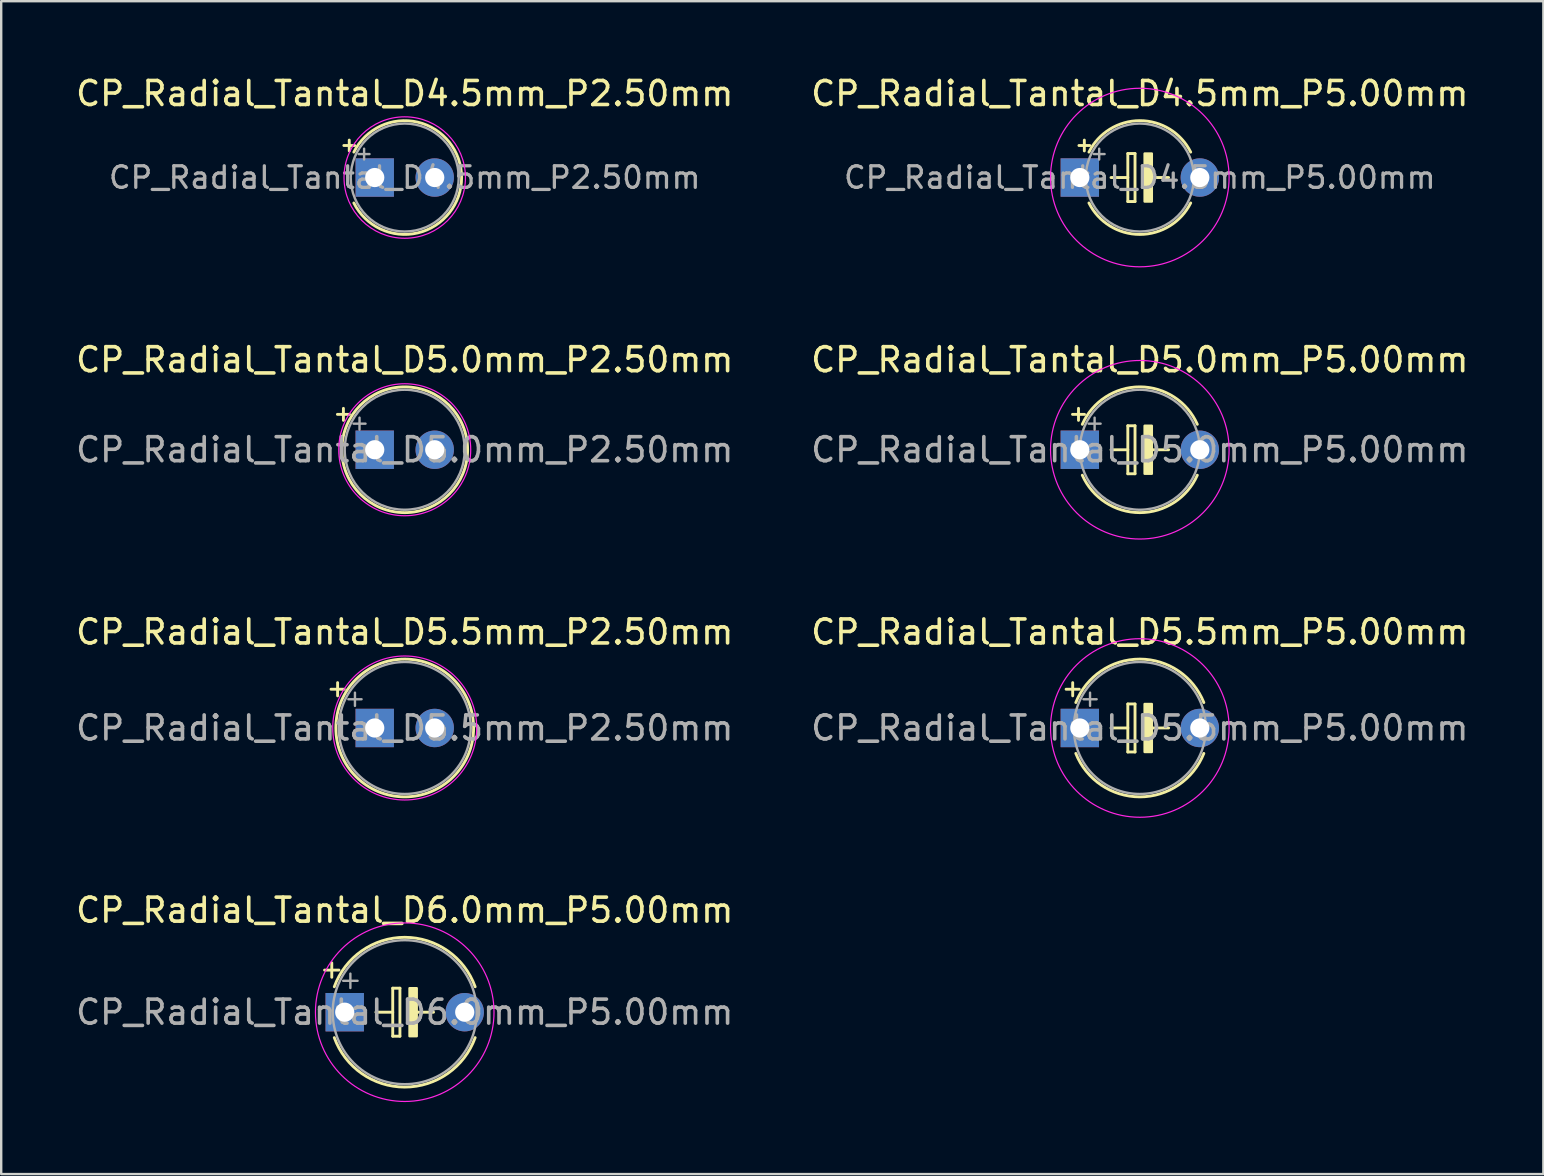
<source format=kicad_pcb>
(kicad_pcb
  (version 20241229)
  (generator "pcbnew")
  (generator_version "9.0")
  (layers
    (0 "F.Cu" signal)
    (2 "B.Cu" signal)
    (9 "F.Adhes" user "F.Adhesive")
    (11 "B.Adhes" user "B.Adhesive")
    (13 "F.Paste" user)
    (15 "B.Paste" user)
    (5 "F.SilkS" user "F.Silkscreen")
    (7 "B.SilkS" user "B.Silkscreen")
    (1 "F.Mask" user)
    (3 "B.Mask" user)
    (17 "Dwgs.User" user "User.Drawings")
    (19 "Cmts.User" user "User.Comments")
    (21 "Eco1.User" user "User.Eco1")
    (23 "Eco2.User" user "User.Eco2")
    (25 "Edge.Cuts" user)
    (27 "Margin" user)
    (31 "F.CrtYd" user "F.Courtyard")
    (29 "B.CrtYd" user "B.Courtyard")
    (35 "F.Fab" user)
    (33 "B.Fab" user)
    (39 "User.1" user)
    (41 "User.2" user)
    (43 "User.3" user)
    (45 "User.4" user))
  (footprint "CP_Radial_Tantal_D4.5mm_P5.00mm"
    (layer "F.Cu")
    (at 41.946 4.348)
    (property "Reference" "CP_Radial_Tantal_D4.5mm_P5.00mm" (at 2.5 -3.5 0) (layer "F.SilkS") (effects (font (size 1 1) (thickness 0.15))))
    (attr through_hole)
    (fp_line (start -0.037 -1.335) (end 0.413 -1.335) (stroke (width 0.12) (type solid)) (layer "F.SilkS"))
    (fp_line (start 0.188 -1.56) (end 0.188 -1.11) (stroke (width 0.12) (type solid)) (layer "F.SilkS"))
    (fp_line (start 1.3 0) (end 2 0) (stroke (width 0.12) (type solid)) (layer "F.SilkS"))
    (fp_line (start 2 -1) (end 2.3 -1) (stroke (width 0.12) (type solid)) (layer "F.SilkS"))
    (fp_line (start 2 1) (end 2 -1) (stroke (width 0.12) (type solid)) (layer "F.SilkS"))
    (fp_line (start 2.3 -1) (end 2.3 1) (stroke (width 0.12) (type solid)) (layer "F.SilkS"))
    (fp_line (start 2.3 1) (end 2 1) (stroke (width 0.12) (type solid)) (layer "F.SilkS"))
    (fp_line (start 3.7 0) (end 3 0) (stroke (width 0.12) (type solid)) (layer "F.SilkS"))
    (fp_arc (start 0.380259 -1.06) (mid 2.5 -2.37) (end 4.619741 -1.06) (stroke (width 0.12) (type solid)) (layer "F.SilkS"))
    (fp_arc (start 4.619741 1.06) (mid 2.5 2.37) (end 0.380259 1.06) (stroke (width 0.12) (type solid)) (layer "F.SilkS"))
    (fp_poly (pts (xy 3 1) (xy 2.7 1) (xy 2.7 -1) (xy 3 -1)) (stroke (width 0.1) (type solid)) (fill yes) (layer "F.SilkS"))
    (fp_circle (center 2.5 0) (end 6.22 0) (stroke (width 0.05) (type solid)) (fill no) (layer "F.CrtYd"))
    (fp_line (start 0.582 -0.978) (end 1.032 -0.978) (stroke (width 0.1) (type solid)) (layer "F.Fab"))
    (fp_line (start 0.807 -1.202) (end 0.807 -0.752) (stroke (width 0.1) (type solid)) (layer "F.Fab"))
    (fp_circle (center 2.5 0) (end 4.75 0) (stroke (width 0.1) (type solid)) (fill no) (layer "F.Fab"))
    (fp_text user "${REFERENCE}" (at 2.5 0 0) (layer "F.Fab") (effects (font (size 0.9 0.9) (thickness 0.135))))
    (pad "1" thru_hole rect (at 0 0) (size 1.6 1.6) (drill 0.8) (layers "*.Cu" "*.Mask"))
    (pad "2" thru_hole circle (at 5 0) (size 1.6 1.6) (drill 0.8) (layers "*.Cu" "*.Mask")))
  (footprint "CP_Radial_Tantal_D5.5mm_P2.50mm"
    (layer "F.Cu")
    (at 12.565 27.285)
    (property "Reference" "CP_Radial_Tantal_D5.5mm_P2.50mm" (at 1.25 -4 0) (layer "F.SilkS") (effects (font (size 1 1) (thickness 0.15))))
    (attr through_hole)
    (fp_line (start -1.822 -1.615) (end -1.272 -1.615) (stroke (width 0.12) (type solid)) (layer "F.SilkS"))
    (fp_line (start -1.547 -1.89) (end -1.547 -1.34) (stroke (width 0.12) (type solid)) (layer "F.SilkS"))
    (fp_circle (center 1.25 0) (end 4.12 0) (stroke (width 0.12) (type solid)) (fill no) (layer "F.SilkS"))
    (fp_circle (center 1.25 0) (end 4.25 0) (stroke (width 0.05) (type solid)) (fill no) (layer "F.CrtYd"))
    (fp_line (start -1.099 -1.198) (end -0.549 -1.198) (stroke (width 0.1) (type solid)) (layer "F.Fab"))
    (fp_line (start -0.824 -1.472) (end -0.824 -0.922) (stroke (width 0.1) (type solid)) (layer "F.Fab"))
    (fp_circle (center 1.25 0) (end 4 0) (stroke (width 0.1) (type solid)) (fill no) (layer "F.Fab"))
    (fp_text user "${REFERENCE}" (at 1.25 0 0) (layer "F.Fab") (effects (font (size 1 1) (thickness 0.15))))
    (pad "1" thru_hole rect (at 0 0) (size 1.6 1.6) (drill 0.8) (layers "*.Cu" "*.Mask"))
    (pad "2" thru_hole circle (at 2.5 0) (size 1.6 1.6) (drill 0.8) (layers "*.Cu" "*.Mask")))
  (footprint "CP_Radial_Tantal_D5.5mm_P5.00mm"
    (layer "F.Cu")
    (at 41.946 27.285)
    (property "Reference" "CP_Radial_Tantal_D5.5mm_P5.00mm" (at 2.5 -4 0) (layer "F.SilkS") (effects (font (size 1 1) (thickness 0.15))))
    (attr through_hole)
    (fp_line (start -0.572 -1.615) (end -0.022 -1.615) (stroke (width 0.12) (type solid)) (layer "F.SilkS"))
    (fp_line (start -0.297 -1.89) (end -0.297 -1.34) (stroke (width 0.12) (type solid)) (layer "F.SilkS"))
    (fp_line (start 1.3 0) (end 2 0) (stroke (width 0.12) (type solid)) (layer "F.SilkS"))
    (fp_line (start 2 -1) (end 2.3 -1) (stroke (width 0.12) (type solid)) (layer "F.SilkS"))
    (fp_line (start 2 1) (end 2 -1) (stroke (width 0.12) (type solid)) (layer "F.SilkS"))
    (fp_line (start 2.3 -1) (end 2.3 1) (stroke (width 0.12) (type solid)) (layer "F.SilkS"))
    (fp_line (start 2.3 1) (end 2 1) (stroke (width 0.12) (type solid)) (layer "F.SilkS"))
    (fp_line (start 3.7 0) (end 3 0) (stroke (width 0.12) (type solid)) (layer "F.SilkS"))
    (fp_arc (start -0.167077 -1.06) (mid 2.5 -2.87) (end 5.167077 -1.06) (stroke (width 0.12) (type solid)) (layer "F.SilkS"))
    (fp_arc (start 5.167077 1.06) (mid 2.5 2.87) (end -0.167077 1.06) (stroke (width 0.12) (type solid)) (layer "F.SilkS"))
    (fp_poly (pts (xy 3 1) (xy 2.7 1) (xy 2.7 -1) (xy 3 -1)) (stroke (width 0.1) (type solid)) (fill yes) (layer "F.SilkS"))
    (fp_circle (center 2.5 0) (end 6.22 0) (stroke (width 0.05) (type solid)) (fill no) (layer "F.CrtYd"))
    (fp_line (start 0.151 -1.198) (end 0.701 -1.198) (stroke (width 0.1) (type solid)) (layer "F.Fab"))
    (fp_line (start 0.426 -1.472) (end 0.426 -0.922) (stroke (width 0.1) (type solid)) (layer "F.Fab"))
    (fp_circle (center 2.5 0) (end 5.25 0) (stroke (width 0.1) (type solid)) (fill no) (layer "F.Fab"))
    (fp_text user "${REFERENCE}" (at 2.5 0 0) (layer "F.Fab") (effects (font (size 1 1) (thickness 0.15))))
    (pad "1" thru_hole rect (at 0 0) (size 1.6 1.6) (drill 0.8) (layers "*.Cu" "*.Mask"))
    (pad "2" thru_hole circle (at 5 0) (size 1.6 1.6) (drill 0.8) (layers "*.Cu" "*.Mask")))
  (footprint "CP_Radial_Tantal_D5.0mm_P2.50mm"
    (layer "F.Cu")
    (at 12.565 15.691)
    (property "Reference" "CP_Radial_Tantal_D5.0mm_P2.50mm" (at 1.25 -3.75 0) (layer "F.SilkS") (effects (font (size 1 1) (thickness 0.15))))
    (attr through_hole)
    (fp_line (start -1.555 -1.475) (end -1.055 -1.475) (stroke (width 0.12) (type solid)) (layer "F.SilkS"))
    (fp_line (start -1.305 -1.725) (end -1.305 -1.225) (stroke (width 0.12) (type solid)) (layer "F.SilkS"))
    (fp_circle (center 1.25 0) (end 3.87 0) (stroke (width 0.12) (type solid)) (fill no) (layer "F.SilkS"))
    (fp_circle (center 1.25 0) (end 4 0) (stroke (width 0.05) (type solid)) (fill no) (layer "F.CrtYd"))
    (fp_line (start -0.884 -1.087) (end -0.384 -1.087) (stroke (width 0.1) (type solid)) (layer "F.Fab"))
    (fp_line (start -0.634 -1.337) (end -0.634 -0.838) (stroke (width 0.1) (type solid)) (layer "F.Fab"))
    (fp_circle (center 1.25 0) (end 3.75 0) (stroke (width 0.1) (type solid)) (fill no) (layer "F.Fab"))
    (fp_text user "${REFERENCE}" (at 1.25 0 0) (layer "F.Fab") (effects (font (size 1 1) (thickness 0.15))))
    (pad "1" thru_hole rect (at 0 0) (size 1.6 1.6) (drill 0.8) (layers "*.Cu" "*.Mask"))
    (pad "2" thru_hole circle (at 2.5 0) (size 1.6 1.6) (drill 0.8) (layers "*.Cu" "*.Mask")))
  (footprint "CP_Radial_Tantal_D5.0mm_P5.00mm"
    (layer "F.Cu")
    (at 41.946 15.691)
    (property "Reference" "CP_Radial_Tantal_D5.0mm_P5.00mm" (at 2.5 -3.75 0) (layer "F.SilkS") (effects (font (size 1 1) (thickness 0.15))))
    (attr through_hole)
    (fp_line (start -0.305 -1.475) (end 0.195 -1.475) (stroke (width 0.12) (type solid)) (layer "F.SilkS"))
    (fp_line (start -0.055 -1.725) (end -0.055 -1.225) (stroke (width 0.12) (type solid)) (layer "F.SilkS"))
    (fp_line (start 1.3 0) (end 2 0) (stroke (width 0.12) (type solid)) (layer "F.SilkS"))
    (fp_line (start 2 -1) (end 2.3 -1) (stroke (width 0.12) (type solid)) (layer "F.SilkS"))
    (fp_line (start 2 1) (end 2 -1) (stroke (width 0.12) (type solid)) (layer "F.SilkS"))
    (fp_line (start 2.3 -1) (end 2.3 1) (stroke (width 0.12) (type solid)) (layer "F.SilkS"))
    (fp_line (start 2.3 1) (end 2 1) (stroke (width 0.12) (type solid)) (layer "F.SilkS"))
    (fp_line (start 3.7 0) (end 3 0) (stroke (width 0.12) (type solid)) (layer "F.SilkS"))
    (fp_arc (start 0.104003 -1.06) (mid 2.5 -2.62) (end 4.895997 -1.06) (stroke (width 0.12) (type solid)) (layer "F.SilkS"))
    (fp_arc (start 4.895997 1.06) (mid 2.5 2.62) (end 0.104003 1.06) (stroke (width 0.12) (type solid)) (layer "F.SilkS"))
    (fp_poly (pts (xy 3 1) (xy 2.7 1) (xy 2.7 -1) (xy 3 -1)) (stroke (width 0.1) (type solid)) (fill yes) (layer "F.SilkS"))
    (fp_circle (center 2.5 0) (end 6.22 0) (stroke (width 0.05) (type solid)) (fill no) (layer "F.CrtYd"))
    (fp_line (start 0.366 -1.087) (end 0.866 -1.087) (stroke (width 0.1) (type solid)) (layer "F.Fab"))
    (fp_line (start 0.616 -1.337) (end 0.616 -0.838) (stroke (width 0.1) (type solid)) (layer "F.Fab"))
    (fp_circle (center 2.5 0) (end 5 0) (stroke (width 0.1) (type solid)) (fill no) (layer "F.Fab"))
    (fp_text user "${REFERENCE}" (at 2.5 0 0) (layer "F.Fab") (effects (font (size 1 1) (thickness 0.15))))
    (pad "1" thru_hole rect (at 0 0) (size 1.6 1.6) (drill 0.8) (layers "*.Cu" "*.Mask"))
    (pad "2" thru_hole circle (at 5 0) (size 1.6 1.6) (drill 0.8) (layers "*.Cu" "*.Mask")))
  (footprint "CP_Radial_Tantal_D6.0mm_P5.00mm"
    (layer "F.Cu")
    (at 11.315 39.128)
    (property "Reference" "CP_Radial_Tantal_D6.0mm_P5.00mm" (at 2.5 -4.25 0) (layer "F.SilkS") (effects (font (size 1 1) (thickness 0.15))))
    (attr through_hole)
    (fp_line (start -0.84 -1.755) (end -0.24 -1.755) (stroke (width 0.12) (type solid)) (layer "F.SilkS"))
    (fp_line (start -0.54 -2.055) (end -0.54 -1.455) (stroke (width 0.12) (type solid)) (layer "F.SilkS"))
    (fp_line (start 1.3 0) (end 2 0) (stroke (width 0.12) (type solid)) (layer "F.SilkS"))
    (fp_line (start 2 -1) (end 2.3 -1) (stroke (width 0.12) (type solid)) (layer "F.SilkS"))
    (fp_line (start 2 1) (end 2 -1) (stroke (width 0.12) (type solid)) (layer "F.SilkS"))
    (fp_line (start 2.3 -1) (end 2.3 1) (stroke (width 0.12) (type solid)) (layer "F.SilkS"))
    (fp_line (start 2.3 1) (end 2 1) (stroke (width 0.12) (type solid)) (layer "F.SilkS"))
    (fp_line (start 3.7 0) (end 3 0) (stroke (width 0.12) (type solid)) (layer "F.SilkS"))
    (fp_arc (start -0.434416 -1.06) (mid 2.5 -3.12) (end 5.434416 -1.06) (stroke (width 0.12) (type solid)) (layer "F.SilkS"))
    (fp_arc (start 5.434416 1.06) (mid 2.5 3.12) (end -0.434416 1.06) (stroke (width 0.12) (type solid)) (layer "F.SilkS"))
    (fp_poly (pts (xy 3 1) (xy 2.7 1) (xy 2.7 -1) (xy 3 -1)) (stroke (width 0.1) (type solid)) (fill yes) (layer "F.SilkS"))
    (fp_circle (center 2.5 0) (end 6.22 0) (stroke (width 0.05) (type solid)) (fill no) (layer "F.CrtYd"))
    (fp_line (start -0.065 -1.308) (end 0.535 -1.308) (stroke (width 0.1) (type solid)) (layer "F.Fab"))
    (fp_line (start 0.235 -1.607) (end 0.235 -1.008) (stroke (width 0.1) (type solid)) (layer "F.Fab"))
    (fp_circle (center 2.5 0) (end 5.5 0) (stroke (width 0.1) (type solid)) (fill no) (layer "F.Fab"))
    (fp_text user "${REFERENCE}" (at 2.5 0 0) (layer "F.Fab") (effects (font (size 1 1) (thickness 0.15))))
    (pad "1" thru_hole rect (at 0 0) (size 1.6 1.6) (drill 0.8) (layers "*.Cu" "*.Mask"))
    (pad "2" thru_hole circle (at 5 0) (size 1.6 1.6) (drill 0.8) (layers "*.Cu" "*.Mask")))
  (footprint "CP_Radial_Tantal_D4.5mm_P2.50mm"
    (layer "F.Cu")
    (at 12.565 4.348)
    (property "Reference" "CP_Radial_Tantal_D4.5mm_P2.50mm" (at 1.25 -3.5 0) (layer "F.SilkS") (effects (font (size 1 1) (thickness 0.15))))
    (attr through_hole)
    (fp_line (start -1.287 -1.335) (end -0.837 -1.335) (stroke (width 0.12) (type solid)) (layer "F.SilkS"))
    (fp_line (start -1.062 -1.56) (end -1.062 -1.11) (stroke (width 0.12) (type solid)) (layer "F.SilkS"))
    (fp_arc (start -0.869741 -1.06) (mid 3.62 0) (end -0.869741 1.06) (stroke (width 0.12) (type solid)) (layer "F.SilkS"))
    (fp_circle (center 1.25 0) (end 3.78 0) (stroke (width 0.05) (type solid)) (fill no) (layer "F.CrtYd"))
    (fp_line (start -0.668 -0.978) (end -0.218 -0.978) (stroke (width 0.1) (type solid)) (layer "F.Fab"))
    (fp_line (start -0.443 -1.202) (end -0.443 -0.752) (stroke (width 0.1) (type solid)) (layer "F.Fab"))
    (fp_circle (center 1.25 0) (end 3.5 0) (stroke (width 0.1) (type solid)) (fill no) (layer "F.Fab"))
    (fp_text user "${REFERENCE}" (at 1.25 0 0) (layer "F.Fab") (effects (font (size 0.9 0.9) (thickness 0.135))))
    (pad "1" thru_hole rect (at 0 0) (size 1.6 1.6) (drill 0.8) (layers "*.Cu" "*.Mask"))
    (pad "2" thru_hole circle (at 2.5 0) (size 1.6 1.6) (drill 0.8) (layers "*.Cu" "*.Mask")))
  (gr_rect
    (start -3 -3)
    (end 61.262 45.873)
    (stroke (width 0.1) (type default))
    (fill no)
    (layer "Edge.Cuts")))
</source>
